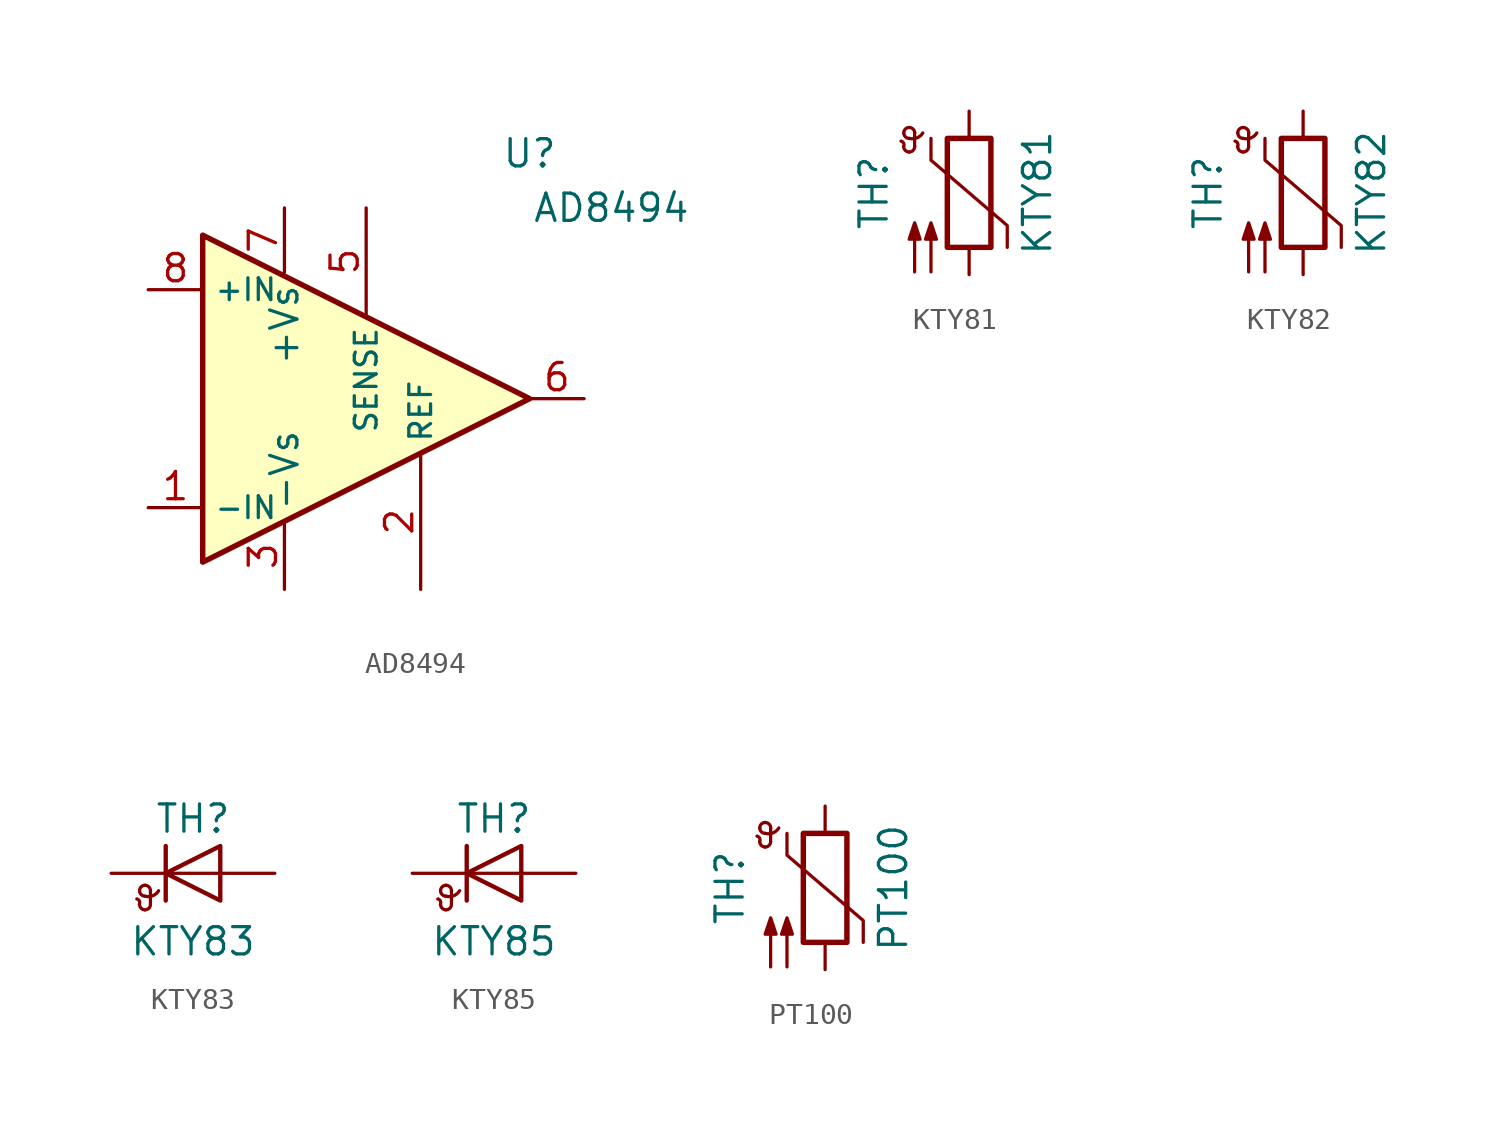
<source format=kicad_sym>
(kicad_symbol_lib
  (version 20211014)
  (generator kicad_symbol_editor)
  (symbol "AD8494"
    (property "Reference" "U"
      (at 7.62 11.43 0)
      (effects (font (size 1.27 1.27))))
    (property "Value" "AD8494"
      (at 11.43 8.89 0)
      (effects (font (size 1.27 1.27))))
    (symbol "AD8494_0_1"
      (polyline (pts (xy -7.62 7.62) (xy 7.62 0) (xy -7.62 -7.62) (xy -7.62 7.62)) (stroke (width 0.254) (type default) (color 0 0 0 0)) (fill (type background))))
    (symbol "AD8494_1_1"
      (pin input line (at -10.16 -5.08 0) (length 2.54) (name "-IN" (effects (font (size 1.016 1.016)))) (number "1" (effects (font (size 1.27 1.27)))))
      (pin input line (at 2.54 -8.89 90) (length 6.3) (name "REF" (effects (font (size 1.016 1.016)))) (number "2" (effects (font (size 1.27 1.27)))))
      (pin power_in line (at -3.81 -8.89 90) (length 3.1) (name "-Vs" (effects (font (size 1.27 1.27)))) (number "3" (effects (font (size 1.27 1.27)))))
      (pin no_connect line (at -5.08 0 180) (length 2.54) hide (name "NC" (effects (font (size 1.27 1.27)))) (number "4" (effects (font (size 1.27 1.27)))))
      (pin passive line (at 0 8.89 270) (length 5) (name "SENSE" (effects (font (size 1.016 1.016)))) (number "5" (effects (font (size 1.27 1.27)))))
      (pin output line (at 10.16 0 180) (length 2.54) (name "~" (effects (font (size 1.27 1.27)))) (number "6" (effects (font (size 1.27 1.27)))))
      (pin power_in line (at -3.81 8.89 270) (length 3) (name "+Vs" (effects (font (size 1.27 1.27)))) (number "7" (effects (font (size 1.27 1.27)))))
      (pin input line (at -10.16 5.08 0) (length 2.54) (name "+IN" (effects (font (size 1.016 1.016)))) (number "8" (effects (font (size 1.27 1.27)))))))
  (symbol "KTY81"
    (pin_numbers hide)
    (pin_names
      (offset 0))
    (property "Reference" "TH"
      (at -4.445 0 90)
      (effects (font (size 1.27 1.27))))
    (property "Value" "KTY81"
      (at 3.175 0 90)
      (effects (font (size 1.27 1.27))))
    (symbol "KTY81_0_1"
      (arc (start -3.048 2.159) (mid -3.0505 2.3165) (end -3.175 2.413) (stroke (width 0) (type default) (color 0 0 0 0)) (fill (type none)))
      (arc (start -3.048 2.159) (mid -2.9736 1.9794) (end -2.794 1.905) (stroke (width 0) (type default) (color 0 0 0 0)) (fill (type none)))
      (arc (start -3.048 2.794) (mid -2.9736 2.6144) (end -2.794 2.54) (stroke (width 0) (type default) (color 0 0 0 0)) (fill (type none)))
      (arc (start -2.794 1.905) (mid -2.6144 1.9794) (end -2.54 2.159) (stroke (width 0) (type default) (color 0 0 0 0)) (fill (type none)))
      (arc (start -2.794 2.54) (mid -2.434 2.5608) (end -2.159 2.794) (stroke (width 0) (type default) (color 0 0 0 0)) (fill (type none)))
      (arc (start -2.794 3.048) (mid -2.9736 2.9736) (end -3.048 2.794) (stroke (width 0) (type default) (color 0 0 0 0)) (fill (type none)))
      (arc (start -2.54 2.794) (mid -2.6144 2.9736) (end -2.794 3.048) (stroke (width 0) (type default) (color 0 0 0 0)) (fill (type none)))
      (rectangle (start -1.016 2.54) (end 1.016 -2.54) (stroke (width 0.254) (type default) (color 0 0 0 0)) (fill (type none)))
      (polyline (pts (xy -2.54 2.159) (xy -2.54 2.794)) (stroke (width 0) (type default) (color 0 0 0 0)) (fill (type none)))
      (polyline (pts (xy -1.778 2.54) (xy -1.778 1.524) (xy 1.778 -1.524) (xy 1.778 -2.54)) (stroke (width 0) (type default) (color 0 0 0 0)) (fill (type none)))
      (polyline (pts (xy -2.54 -3.683) (xy -2.54 -1.397) (xy -2.794 -2.159) (xy -2.286 -2.159) (xy -2.54 -1.397) (xy -2.54 -1.651)) (stroke (width 0) (type default) (color 0 0 0 0)) (fill (type outline)))
      (polyline (pts (xy -1.778 -3.683) (xy -1.778 -1.397) (xy -2.032 -2.159) (xy -1.524 -2.159) (xy -1.778 -1.397) (xy -1.778 -1.651)) (stroke (width 0) (type default) (color 0 0 0 0)) (fill (type outline))))
    (symbol "KTY81_1_1"
      (pin passive line (at 0 3.81 270) (length 1.27) (name "~" (effects (font (size 1.27 1.27)))) (number "1" (effects (font (size 1.27 1.27)))))
      (pin passive line (at 0 -3.81 90) (length 1.27) (name "~" (effects (font (size 1.27 1.27)))) (number "2" (effects (font (size 1.27 1.27)))))))
  (symbol "KTY82"
    (pin_numbers hide)
    (pin_names
      (offset 0))
    (property "Reference" "TH"
      (at -4.445 0 90)
      (effects (font (size 1.27 1.27))))
    (property "Value" "KTY82"
      (at 3.175 0 90)
      (effects (font (size 1.27 1.27))))
    (symbol "KTY82_0_1"
      (arc (start -3.048 2.159) (mid -3.0505 2.3165) (end -3.175 2.413) (stroke (width 0) (type default) (color 0 0 0 0)) (fill (type none)))
      (arc (start -3.048 2.159) (mid -2.9736 1.9794) (end -2.794 1.905) (stroke (width 0) (type default) (color 0 0 0 0)) (fill (type none)))
      (arc (start -3.048 2.794) (mid -2.9736 2.6144) (end -2.794 2.54) (stroke (width 0) (type default) (color 0 0 0 0)) (fill (type none)))
      (arc (start -2.794 1.905) (mid -2.6144 1.9794) (end -2.54 2.159) (stroke (width 0) (type default) (color 0 0 0 0)) (fill (type none)))
      (arc (start -2.794 2.54) (mid -2.434 2.5608) (end -2.159 2.794) (stroke (width 0) (type default) (color 0 0 0 0)) (fill (type none)))
      (arc (start -2.794 3.048) (mid -2.9736 2.9736) (end -3.048 2.794) (stroke (width 0) (type default) (color 0 0 0 0)) (fill (type none)))
      (arc (start -2.54 2.794) (mid -2.6144 2.9736) (end -2.794 3.048) (stroke (width 0) (type default) (color 0 0 0 0)) (fill (type none)))
      (rectangle (start -1.016 2.54) (end 1.016 -2.54) (stroke (width 0.254) (type default) (color 0 0 0 0)) (fill (type none)))
      (polyline (pts (xy -2.54 2.159) (xy -2.54 2.794)) (stroke (width 0) (type default) (color 0 0 0 0)) (fill (type none)))
      (polyline (pts (xy -1.778 2.54) (xy -1.778 1.524) (xy 1.778 -1.524) (xy 1.778 -2.54)) (stroke (width 0) (type default) (color 0 0 0 0)) (fill (type none)))
      (polyline (pts (xy -2.54 -3.683) (xy -2.54 -1.397) (xy -2.794 -2.159) (xy -2.286 -2.159) (xy -2.54 -1.397) (xy -2.54 -1.651)) (stroke (width 0) (type default) (color 0 0 0 0)) (fill (type outline)))
      (polyline (pts (xy -1.778 -3.683) (xy -1.778 -1.397) (xy -2.032 -2.159) (xy -1.524 -2.159) (xy -1.778 -1.397) (xy -1.778 -1.651)) (stroke (width 0) (type default) (color 0 0 0 0)) (fill (type outline))))
    (symbol "KTY82_1_1"
      (pin passive line (at 0 3.81 270) (length 1.27) (name "~" (effects (font (size 1.27 1.27)))) (number "1" (effects (font (size 1.27 1.27)))))
      (pin passive line (at 0 -3.81 90) (length 1.27) (name "~" (effects (font (size 1.27 1.27)))) (number "2" (effects (font (size 1.27 1.27)))))))
  (symbol "KTY83"
    (pin_numbers hide)
    (pin_names
      (offset 0) hide)
    (property "Reference" "TH"
      (at 0 2.54 0)
      (effects (font (size 1.27 1.27))))
    (property "Value" "KTY83"
      (at 0 -3.175 0)
      (effects (font (size 1.27 1.27))))
    (symbol "KTY83_0_1"
      (arc (start -2.4892 -1.4478) (mid -2.4917 -1.2903) (end -2.6162 -1.1938) (stroke (width 0) (type default) (color 0 0 0 0)) (fill (type none)))
      (arc (start -2.4892 -1.4478) (mid -2.4148 -1.6274) (end -2.2352 -1.7018) (stroke (width 0) (type default) (color 0 0 0 0)) (fill (type none)))
      (arc (start -2.4892 -0.8128) (mid -2.4148 -0.9924) (end -2.2352 -1.0668) (stroke (width 0) (type default) (color 0 0 0 0)) (fill (type none)))
      (arc (start -2.2352 -1.7018) (mid -2.0556 -1.6274) (end -1.9812 -1.4478) (stroke (width 0) (type default) (color 0 0 0 0)) (fill (type none)))
      (arc (start -2.2352 -1.0668) (mid -1.8752 -1.046) (end -1.6002 -0.8128) (stroke (width 0) (type default) (color 0 0 0 0)) (fill (type none)))
      (arc (start -2.2352 -0.5588) (mid -2.4148 -0.6332) (end -2.4892 -0.8128) (stroke (width 0) (type default) (color 0 0 0 0)) (fill (type none)))
      (arc (start -1.9812 -0.8128) (mid -2.0556 -0.6332) (end -2.2352 -0.5588) (stroke (width 0) (type default) (color 0 0 0 0)) (fill (type none)))
      (polyline (pts (xy -1.981 -1.422) (xy -1.981 -0.813)) (stroke (width 0) (type default) (color 0 0 0 0)) (fill (type none)))
      (polyline (pts (xy -1.27 1.27) (xy -1.27 -1.27)) (stroke (width 0.203) (type default) (color 0 0 0 0)) (fill (type none)))
      (polyline (pts (xy 1.27 0) (xy -1.27 0)) (stroke (width 0) (type default) (color 0 0 0 0)) (fill (type none)))
      (polyline (pts (xy 1.27 -1.27) (xy 1.27 1.27) (xy -1.27 0) (xy 1.27 -1.27)) (stroke (width 0.203) (type default) (color 0 0 0 0)) (fill (type none))))
    (symbol "KTY83_1_1"
      (pin passive line (at -3.81 0 0) (length 2.54) (name "K" (effects (font (size 1.27 1.27)))) (number "1" (effects (font (size 1.27 1.27)))))
      (pin passive line (at 3.81 0 180) (length 2.54) (name "A" (effects (font (size 1.27 1.27)))) (number "2" (effects (font (size 1.27 1.27)))))))
  (symbol "KTY85"
    (pin_numbers hide)
    (pin_names
      (offset 0) hide)
    (property "Reference" "TH"
      (at 0 2.54 0)
      (effects (font (size 1.27 1.27))))
    (property "Value" "KTY85"
      (at 0 -3.175 0)
      (effects (font (size 1.27 1.27))))
    (symbol "KTY85_0_1"
      (arc (start -2.4892 -1.4478) (mid -2.4917 -1.2903) (end -2.6162 -1.1938) (stroke (width 0) (type default) (color 0 0 0 0)) (fill (type none)))
      (arc (start -2.4892 -1.4478) (mid -2.4148 -1.6274) (end -2.2352 -1.7018) (stroke (width 0) (type default) (color 0 0 0 0)) (fill (type none)))
      (arc (start -2.4892 -0.8128) (mid -2.4148 -0.9924) (end -2.2352 -1.0668) (stroke (width 0) (type default) (color 0 0 0 0)) (fill (type none)))
      (arc (start -2.2352 -1.7018) (mid -2.0556 -1.6274) (end -1.9812 -1.4478) (stroke (width 0) (type default) (color 0 0 0 0)) (fill (type none)))
      (arc (start -2.2352 -1.0668) (mid -1.8752 -1.046) (end -1.6002 -0.8128) (stroke (width 0) (type default) (color 0 0 0 0)) (fill (type none)))
      (arc (start -2.2352 -0.5588) (mid -2.4148 -0.6332) (end -2.4892 -0.8128) (stroke (width 0) (type default) (color 0 0 0 0)) (fill (type none)))
      (arc (start -1.9812 -0.8128) (mid -2.0556 -0.6332) (end -2.2352 -0.5588) (stroke (width 0) (type default) (color 0 0 0 0)) (fill (type none)))
      (polyline (pts (xy -1.981 -1.422) (xy -1.981 -0.813)) (stroke (width 0) (type default) (color 0 0 0 0)) (fill (type none)))
      (polyline (pts (xy -1.27 1.27) (xy -1.27 -1.27)) (stroke (width 0.203) (type default) (color 0 0 0 0)) (fill (type none)))
      (polyline (pts (xy 1.27 0) (xy -1.27 0)) (stroke (width 0) (type default) (color 0 0 0 0)) (fill (type none)))
      (polyline (pts (xy 1.27 -1.27) (xy 1.27 1.27) (xy -1.27 0) (xy 1.27 -1.27)) (stroke (width 0.203) (type default) (color 0 0 0 0)) (fill (type none))))
    (symbol "KTY85_1_1"
      (pin passive line (at -3.81 0 0) (length 2.54) (name "K" (effects (font (size 1.27 1.27)))) (number "1" (effects (font (size 1.27 1.27)))))
      (pin passive line (at 3.81 0 180) (length 2.54) (name "A" (effects (font (size 1.27 1.27)))) (number "2" (effects (font (size 1.27 1.27)))))))
  (symbol "PT100"
    (pin_numbers hide)
    (pin_names
      (offset 0))
    (property "Reference" "TH"
      (at -4.445 0 90)
      (effects (font (size 1.27 1.27))))
    (property "Value" "PT100"
      (at 3.175 0 90)
      (effects (font (size 1.27 1.27))))
    (symbol "PT100_0_1"
      (arc (start -3.048 2.159) (mid -3.0505 2.3165) (end -3.175 2.413) (stroke (width 0) (type default) (color 0 0 0 0)) (fill (type none)))
      (arc (start -3.048 2.159) (mid -2.9736 1.9794) (end -2.794 1.905) (stroke (width 0) (type default) (color 0 0 0 0)) (fill (type none)))
      (arc (start -3.048 2.794) (mid -2.9736 2.6144) (end -2.794 2.54) (stroke (width 0) (type default) (color 0 0 0 0)) (fill (type none)))
      (arc (start -2.794 1.905) (mid -2.6144 1.9794) (end -2.54 2.159) (stroke (width 0) (type default) (color 0 0 0 0)) (fill (type none)))
      (arc (start -2.794 2.54) (mid -2.434 2.5608) (end -2.159 2.794) (stroke (width 0) (type default) (color 0 0 0 0)) (fill (type none)))
      (arc (start -2.794 3.048) (mid -2.9736 2.9736) (end -3.048 2.794) (stroke (width 0) (type default) (color 0 0 0 0)) (fill (type none)))
      (arc (start -2.54 2.794) (mid -2.6144 2.9736) (end -2.794 3.048) (stroke (width 0) (type default) (color 0 0 0 0)) (fill (type none)))
      (rectangle (start -1.016 2.54) (end 1.016 -2.54) (stroke (width 0.254) (type default) (color 0 0 0 0)) (fill (type none)))
      (polyline (pts (xy -2.54 2.159) (xy -2.54 2.794)) (stroke (width 0) (type default) (color 0 0 0 0)) (fill (type none)))
      (polyline (pts (xy -1.778 2.54) (xy -1.778 1.524) (xy 1.778 -1.524) (xy 1.778 -2.54)) (stroke (width 0) (type default) (color 0 0 0 0)) (fill (type none)))
      (polyline (pts (xy -2.54 -3.683) (xy -2.54 -1.397) (xy -2.794 -2.159) (xy -2.286 -2.159) (xy -2.54 -1.397) (xy -2.54 -1.651)) (stroke (width 0) (type default) (color 0 0 0 0)) (fill (type outline)))
      (polyline (pts (xy -1.778 -3.683) (xy -1.778 -1.397) (xy -2.032 -2.159) (xy -1.524 -2.159) (xy -1.778 -1.397) (xy -1.778 -1.651)) (stroke (width 0) (type default) (color 0 0 0 0)) (fill (type outline))))
    (symbol "PT100_1_1"
      (pin passive line (at 0 3.81 270) (length 1.27) (name "~" (effects (font (size 1.27 1.27)))) (number "1" (effects (font (size 1.27 1.27)))))
      (pin passive line (at 0 -3.81 90) (length 1.27) (name "~" (effects (font (size 1.27 1.27)))) (number "2" (effects (font (size 1.27 1.27))))))))
</source>
